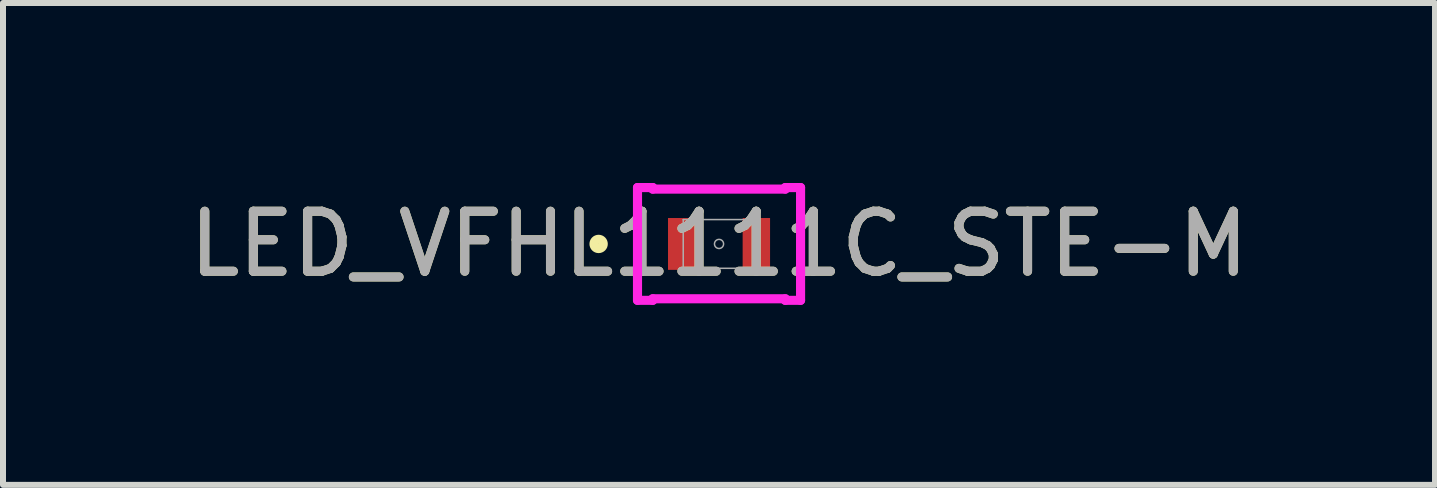
<source format=kicad_pcb>
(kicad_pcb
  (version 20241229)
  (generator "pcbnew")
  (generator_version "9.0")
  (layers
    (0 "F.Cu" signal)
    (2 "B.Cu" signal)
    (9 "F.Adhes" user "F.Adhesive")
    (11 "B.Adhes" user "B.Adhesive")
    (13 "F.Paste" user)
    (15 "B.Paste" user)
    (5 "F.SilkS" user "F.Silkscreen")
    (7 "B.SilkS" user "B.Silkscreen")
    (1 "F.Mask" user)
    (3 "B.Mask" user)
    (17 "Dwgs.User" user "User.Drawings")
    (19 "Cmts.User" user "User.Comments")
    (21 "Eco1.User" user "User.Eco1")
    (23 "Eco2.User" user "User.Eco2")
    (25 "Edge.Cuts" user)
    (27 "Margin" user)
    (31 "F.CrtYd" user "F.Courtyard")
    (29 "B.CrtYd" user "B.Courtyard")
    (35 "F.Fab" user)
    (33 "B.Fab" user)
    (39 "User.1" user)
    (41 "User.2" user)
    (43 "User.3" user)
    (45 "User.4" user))
  (footprint "LED_VFHL1111C_STE-M"
    (layer "F.Cu")
    (at 8.935 1.016)
    (property "Reference" "LED_VFHL1111C_STE-M" (at 0 0 0) (unlocked yes) (layer "F.SilkS") (effects (font (size 1 1) (thickness 0.15))))
    (attr smd)
    (fp_circle (center -2.007 0) (end -1.93 0) (stroke (width 0.152) (type solid)) (fill no) (layer "F.SilkS"))
    (fp_line (start -1.359 -0.94) (end -1.105 -0.94) (stroke (width 0.152) (type solid)) (layer "F.CrtYd"))
    (fp_line (start -1.359 0.94) (end -1.359 -0.94) (stroke (width 0.152) (type solid)) (layer "F.CrtYd"))
    (fp_line (start -1.359 0.94) (end -1.105 0.94) (stroke (width 0.152) (type solid)) (layer "F.CrtYd"))
    (fp_line (start -1.105 -0.94) (end -1.105 -0.914) (stroke (width 0.152) (type solid)) (layer "F.CrtYd"))
    (fp_line (start -1.105 -0.914) (end 1.105 -0.914) (stroke (width 0.152) (type solid)) (layer "F.CrtYd"))
    (fp_line (start -1.105 0.914) (end -1.105 0.94) (stroke (width 0.152) (type solid)) (layer "F.CrtYd"))
    (fp_line (start 1.105 -0.914) (end 1.105 -0.94) (stroke (width 0.152) (type solid)) (layer "F.CrtYd"))
    (fp_line (start 1.105 0.914) (end -1.105 0.914) (stroke (width 0.152) (type solid)) (layer "F.CrtYd"))
    (fp_line (start 1.105 0.94) (end 1.105 0.914) (stroke (width 0.152) (type solid)) (layer "F.CrtYd"))
    (fp_line (start 1.359 -0.94) (end 1.105 -0.94) (stroke (width 0.152) (type solid)) (layer "F.CrtYd"))
    (fp_line (start 1.359 -0.94) (end 1.359 0.94) (stroke (width 0.152) (type solid)) (layer "F.CrtYd"))
    (fp_line (start 1.359 0.94) (end 1.105 0.94) (stroke (width 0.152) (type solid)) (layer "F.CrtYd"))
    (fp_line (start -0.597 -0.406) (end -0.597 0.406) (stroke (width 0.025) (type solid)) (layer "F.Fab"))
    (fp_line (start -0.597 0.406) (end 0.597 0.406) (stroke (width 0.025) (type solid)) (layer "F.Fab"))
    (fp_line (start 0.597 -0.406) (end -0.597 -0.406) (stroke (width 0.025) (type solid)) (layer "F.Fab"))
    (fp_line (start 0.597 0.406) (end 0.597 -0.406) (stroke (width 0.025) (type solid)) (layer "F.Fab"))
    (fp_circle (center 0 0) (end 0.076 0) (stroke (width 0.025) (type solid)) (fill no) (layer "F.Fab"))
    (fp_text user "${REFERENCE}" (at 0 0 0) (unlocked yes) (layer "F.Fab") (effects (font (size 1 1) (thickness 0.15))))
    (pad "1" smd rect (at -0.622 0) (size 0.457 0.864) (layers "F.Cu" "F.Mask" "F.Paste"))
    (pad "2" smd rect (at 0.622 0) (size 0.457 0.864) (layers "F.Cu" "F.Mask" "F.Paste")))
  (gr_rect
    (start -3 -3)
    (end 20.869 5.032)
    (stroke (width 0.1) (type default))
    (fill no)
    (layer "Edge.Cuts")))
</source>
